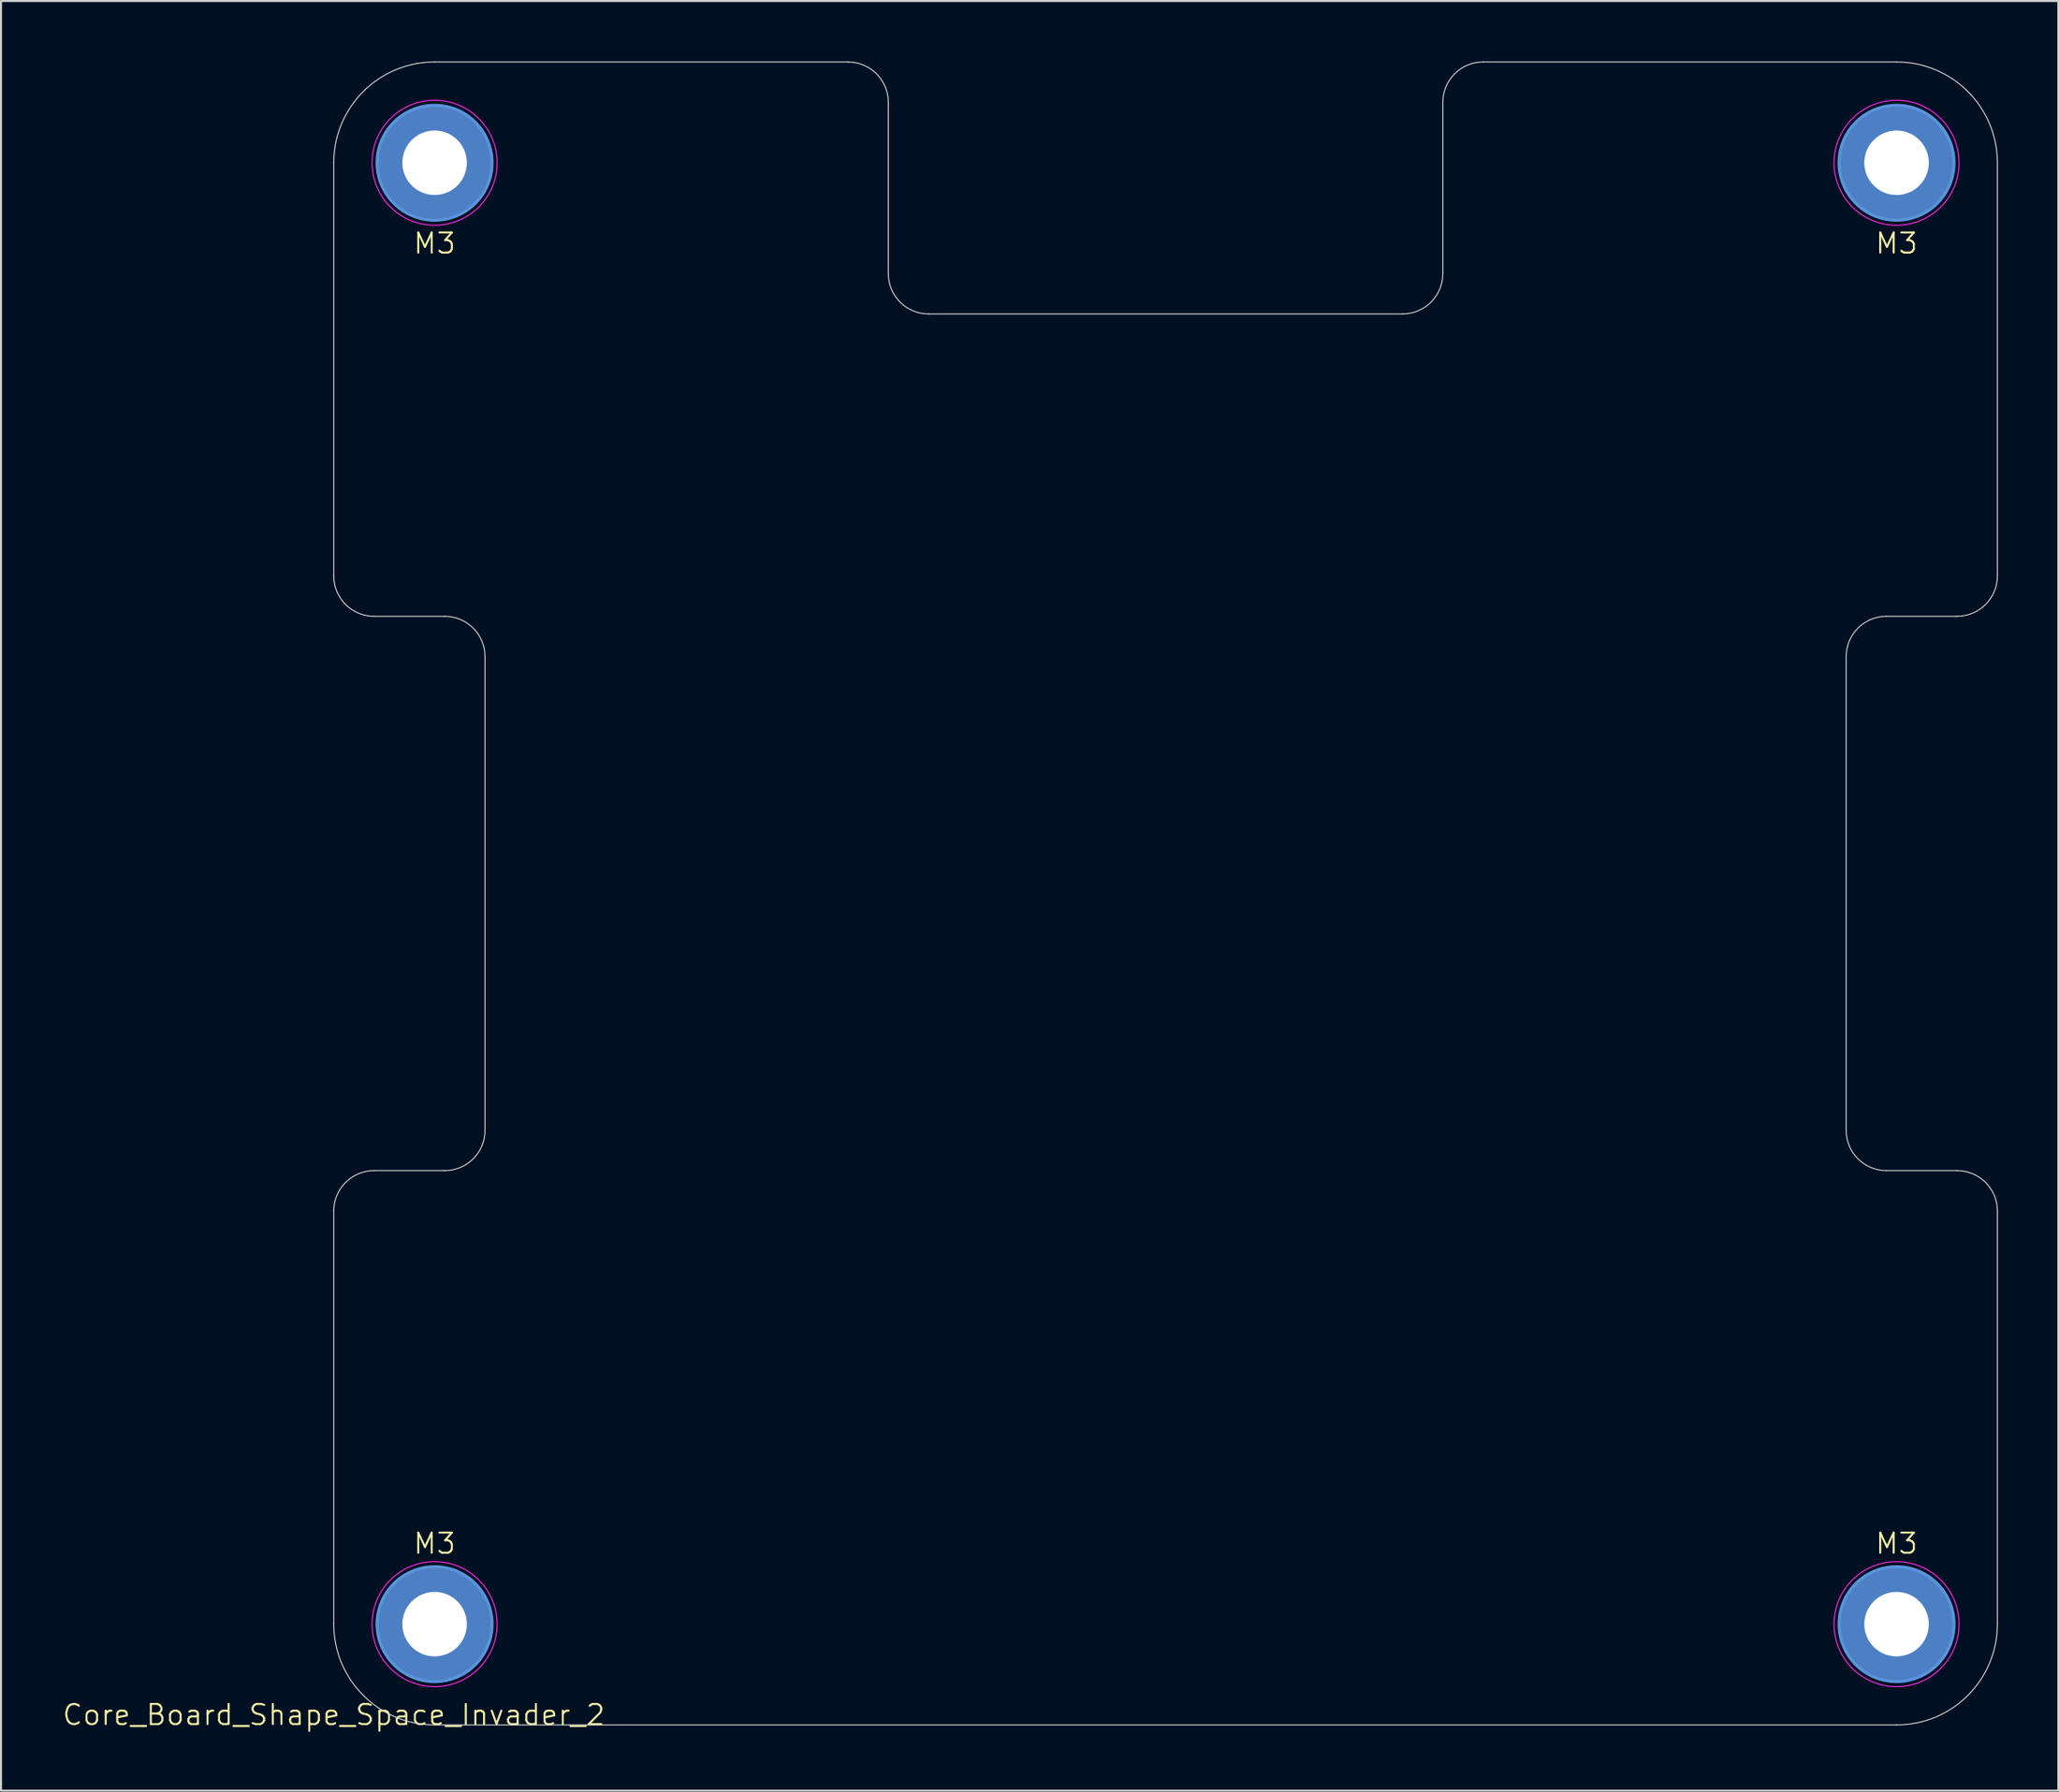
<source format=kicad_pcb>
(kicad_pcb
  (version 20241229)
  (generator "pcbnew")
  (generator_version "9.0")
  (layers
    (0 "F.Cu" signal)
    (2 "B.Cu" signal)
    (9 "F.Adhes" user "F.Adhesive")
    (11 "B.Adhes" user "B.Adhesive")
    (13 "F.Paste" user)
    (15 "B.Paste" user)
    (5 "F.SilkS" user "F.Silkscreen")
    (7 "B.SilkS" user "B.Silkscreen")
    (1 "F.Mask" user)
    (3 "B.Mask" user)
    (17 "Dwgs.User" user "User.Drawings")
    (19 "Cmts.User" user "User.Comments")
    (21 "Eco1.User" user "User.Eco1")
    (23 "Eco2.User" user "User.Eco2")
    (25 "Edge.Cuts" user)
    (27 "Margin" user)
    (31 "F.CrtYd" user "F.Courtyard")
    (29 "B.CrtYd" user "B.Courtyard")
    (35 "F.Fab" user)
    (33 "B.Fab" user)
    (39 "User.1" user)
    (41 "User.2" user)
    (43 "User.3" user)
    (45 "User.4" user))
  (footprint "Core_Board_Shape_Space_Invader_2"
    (layer "F.Cu")
    (at 13.502 82.525)
    (property "Reference" "Core_Board_Shape_Space_Invader_2" (at 0 -0.5 0) (unlocked yes) (layer "F.SilkS") (effects (font (size 1 1) (thickness 0.1))))
    (attr through_hole exclude_from_pos_files exclude_from_bom allow_missing_courtyard)
    (fp_circle (center 5 -77.5) (end 7.85 -77.5) (stroke (width 0.15) (type solid)) (fill no) (layer "Cmts.User"))
    (fp_circle (center 5 -5) (end 7.85 -5) (stroke (width 0.15) (type solid)) (fill no) (layer "Cmts.User"))
    (fp_circle (center 77.5 -77.5) (end 80.35 -77.5) (stroke (width 0.15) (type solid)) (fill no) (layer "Cmts.User"))
    (fp_circle (center 77.5 -5) (end 80.35 -5) (stroke (width 0.15) (type solid)) (fill no) (layer "Cmts.User"))
    (fp_line (start 0 -57) (end 0 -77.5) (stroke (width 0.05) (type default)) (layer "Edge.Cuts"))
    (fp_line (start 0 -25.5) (end 0 -5) (stroke (width 0.05) (type default)) (layer "Edge.Cuts"))
    (fp_line (start 2 -55) (end 5.5 -55) (stroke (width 0.05) (type default)) (layer "Edge.Cuts"))
    (fp_line (start 5.5 -27.5) (end 2 -27.5) (stroke (width 0.05) (type default)) (layer "Edge.Cuts"))
    (fp_line (start 7.5 -53) (end 7.5 -29.5) (stroke (width 0.05) (type default)) (layer "Edge.Cuts"))
    (fp_line (start 25.5 -82.5) (end 5 -82.5) (stroke (width 0.05) (type default)) (layer "Edge.Cuts"))
    (fp_line (start 27.5 -72) (end 27.5 -80.5) (stroke (width 0.05) (type default)) (layer "Edge.Cuts"))
    (fp_line (start 53 -70) (end 29.5 -70) (stroke (width 0.05) (type default)) (layer "Edge.Cuts"))
    (fp_line (start 55 -80.5) (end 55 -72) (stroke (width 0.05) (type default)) (layer "Edge.Cuts"))
    (fp_line (start 57 -82.5) (end 77.5 -82.5) (stroke (width 0.05) (type default)) (layer "Edge.Cuts"))
    (fp_line (start 75 -29.5) (end 75 -53) (stroke (width 0.05) (type default)) (layer "Edge.Cuts"))
    (fp_line (start 77 -55) (end 80.5 -55) (stroke (width 0.05) (type default)) (layer "Edge.Cuts"))
    (fp_line (start 77.5 0) (end 5 0) (stroke (width 0.05) (type default)) (layer "Edge.Cuts"))
    (fp_line (start 80.5 -27.5) (end 77 -27.5) (stroke (width 0.05) (type default)) (layer "Edge.Cuts"))
    (fp_line (start 82.5 -57) (end 82.5 -77.5) (stroke (width 0.05) (type default)) (layer "Edge.Cuts"))
    (fp_line (start 82.5 -25.5) (end 82.5 -5) (stroke (width 0.05) (type default)) (layer "Edge.Cuts"))
    (fp_arc (start 0 -77.5) (mid 1.464466 -81.035534) (end 5 -82.5) (stroke (width 0.05) (type default)) (layer "Edge.Cuts"))
    (fp_arc (start 0 -25.5) (mid 0.585786 -26.914214) (end 2 -27.5) (stroke (width 0.05) (type default)) (layer "Edge.Cuts"))
    (fp_arc (start 2 -55) (mid 0.585786 -55.585786) (end 0 -57) (stroke (width 0.05) (type default)) (layer "Edge.Cuts"))
    (fp_arc (start 5 0) (mid 1.464466 -1.464466) (end 0 -5) (stroke (width 0.05) (type default)) (layer "Edge.Cuts"))
    (fp_arc (start 5.5 -55) (mid 6.914214 -54.414214) (end 7.5 -53) (stroke (width 0.05) (type default)) (layer "Edge.Cuts"))
    (fp_arc (start 7.5 -29.5) (mid 6.914214 -28.085786) (end 5.5 -27.5) (stroke (width 0.05) (type default)) (layer "Edge.Cuts"))
    (fp_arc (start 25.5 -82.5) (mid 26.914214 -81.914214) (end 27.5 -80.5) (stroke (width 0.05) (type default)) (layer "Edge.Cuts"))
    (fp_arc (start 29.5 -70) (mid 28.085786 -70.585786) (end 27.5 -72) (stroke (width 0.05) (type default)) (layer "Edge.Cuts"))
    (fp_arc (start 55 -80.5) (mid 55.585786 -81.914214) (end 57 -82.5) (stroke (width 0.05) (type default)) (layer "Edge.Cuts"))
    (fp_arc (start 55 -72) (mid 54.414214 -70.585786) (end 53 -70) (stroke (width 0.05) (type default)) (layer "Edge.Cuts"))
    (fp_arc (start 75 -53) (mid 75.585786 -54.414214) (end 77 -55) (stroke (width 0.05) (type default)) (layer "Edge.Cuts"))
    (fp_arc (start 77 -27.5) (mid 75.585786 -28.085786) (end 75 -29.5) (stroke (width 0.05) (type default)) (layer "Edge.Cuts"))
    (fp_arc (start 77.5 -82.5) (mid 81.035534 -81.035534) (end 82.5 -77.5) (stroke (width 0.05) (type default)) (layer "Edge.Cuts"))
    (fp_arc (start 80.5 -27.5) (mid 81.914214 -26.914214) (end 82.5 -25.5) (stroke (width 0.05) (type default)) (layer "Edge.Cuts"))
    (fp_arc (start 82.5 -57) (mid 81.914214 -55.585786) (end 80.5 -55) (stroke (width 0.05) (type default)) (layer "Edge.Cuts"))
    (fp_arc (start 82.5 -5) (mid 81.035534 -1.464466) (end 77.5 0) (stroke (width 0.05) (type default)) (layer "Edge.Cuts"))
    (fp_circle (center 5 -77.5) (end 8.1 -77.5) (stroke (width 0.05) (type solid)) (fill no) (layer "F.CrtYd"))
    (fp_circle (center 5 -5) (end 8.1 -5) (stroke (width 0.05) (type solid)) (fill no) (layer "F.CrtYd"))
    (fp_circle (center 77.5 -77.5) (end 80.6 -77.5) (stroke (width 0.05) (type solid)) (fill no) (layer "F.CrtYd"))
    (fp_circle (center 77.5 -5) (end 80.6 -5) (stroke (width 0.05) (type solid)) (fill no) (layer "F.CrtYd"))
    (fp_text user "M3" (at 77.5 -9 0) (unlocked yes) (layer "F.SilkS") (effects (font (size 1 1) (thickness 0.1))))
    (fp_text user "M3" (at 5 -73.5 0) (unlocked yes) (layer "F.SilkS") (effects (font (size 1 1) (thickness 0.1))))
    (fp_text user "M3" (at 5 -9 0) (unlocked yes) (layer "F.SilkS") (effects (font (size 1 1) (thickness 0.1))))
    (fp_text user "M3" (at 77.5 -73.5 0) (unlocked yes) (layer "F.SilkS") (effects (font (size 1 1) (thickness 0.1))))
    (pad "MH1" thru_hole circle (at 5 -77.5) (size 3.6 3.6) (drill 3.2) (layers "*.Cu" "*.Mask"))
    (pad "MH1" connect circle (at 5 -77.5) (size 5.7 5.7) (layers "F.Cu" "F.Mask"))
    (pad "MH1" connect circle (at 5 -77.5) (size 5.7 5.7) (layers "B.Cu" "B.Mask"))
    (pad "MH2" thru_hole circle (at 77.5 -77.5) (size 3.6 3.6) (drill 3.2) (layers "*.Cu" "*.Mask"))
    (pad "MH2" connect circle (at 77.5 -77.5) (size 5.7 5.7) (layers "F.Cu" "F.Mask"))
    (pad "MH2" connect circle (at 77.5 -77.5) (size 5.7 5.7) (layers "B.Cu" "B.Mask"))
    (pad "MH3" thru_hole circle (at 77.5 -5) (size 3.6 3.6) (drill 3.2) (layers "*.Cu" "*.Mask"))
    (pad "MH3" connect circle (at 77.5 -5) (size 5.7 5.7) (layers "F.Cu" "F.Mask"))
    (pad "MH3" connect circle (at 77.5 -5) (size 5.7 5.7) (layers "B.Cu" "B.Mask"))
    (pad "MH4" thru_hole circle (at 5 -5) (size 3.6 3.6) (drill 3.2) (layers "*.Cu" "*.Mask"))
    (pad "MH4" connect circle (at 5 -5) (size 5.7 5.7) (layers "F.Cu" "F.Mask"))
    (pad "MH4" connect circle (at 5 -5) (size 5.7 5.7) (layers "B.Cu" "B.Mask")))
  (gr_rect
    (start -3 -3)
    (end 99.027 85.785)
    (stroke (width 0.1) (type default))
    (fill no)
    (layer "Edge.Cuts")))
</source>
